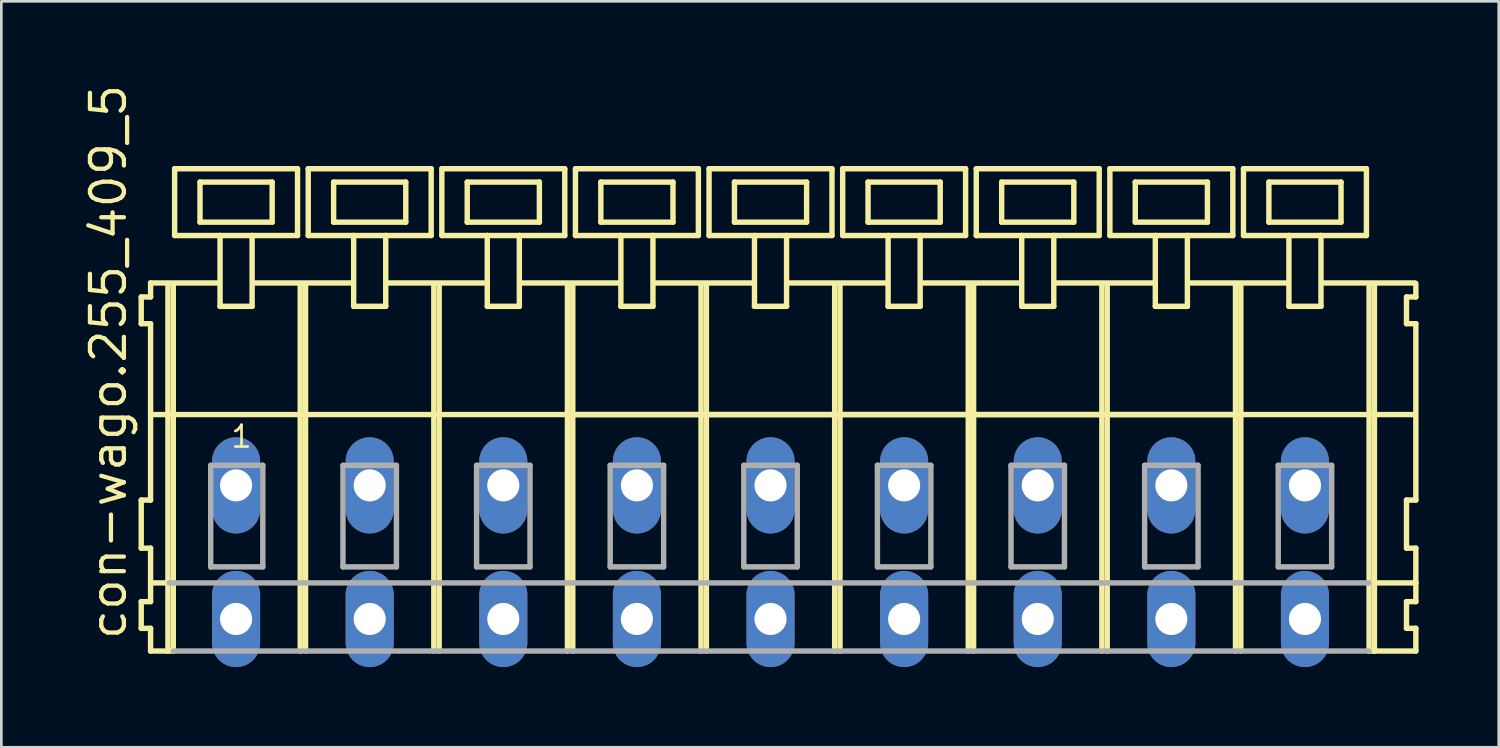
<source format=kicad_pcb>
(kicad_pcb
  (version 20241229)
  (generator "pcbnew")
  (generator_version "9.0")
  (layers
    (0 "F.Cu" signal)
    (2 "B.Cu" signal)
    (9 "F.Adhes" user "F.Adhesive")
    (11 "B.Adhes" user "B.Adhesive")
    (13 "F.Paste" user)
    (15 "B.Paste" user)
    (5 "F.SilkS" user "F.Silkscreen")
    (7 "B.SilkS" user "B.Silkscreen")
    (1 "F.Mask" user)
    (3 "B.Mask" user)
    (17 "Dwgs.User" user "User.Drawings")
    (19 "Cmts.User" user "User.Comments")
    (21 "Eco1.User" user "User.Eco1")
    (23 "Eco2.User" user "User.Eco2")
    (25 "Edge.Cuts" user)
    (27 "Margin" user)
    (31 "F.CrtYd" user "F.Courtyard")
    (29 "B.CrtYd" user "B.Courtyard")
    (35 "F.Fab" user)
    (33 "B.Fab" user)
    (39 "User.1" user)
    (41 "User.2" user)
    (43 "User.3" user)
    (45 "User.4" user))
  (footprint "con-wago.255_409_5"
    (layer "F.Cu")
    (at 23.285 15.114)
    (property "Reference" "con-wago.255_409_5" (at -21.535 5.855 90) (layer "F.SilkS") (effects (font (size 1.27 1.27) (thickness 0.16)) (justify left bottom)))
    (attr through_hole)
    (fp_line (start -21.05 -7.05) (end -21.05 -6.05) (stroke (width 0.203) (type default)) (layer "F.SilkS"))
    (fp_line (start -21.05 -6.05) (end -20.7 -6.05) (stroke (width 0.203) (type default)) (layer "F.SilkS"))
    (fp_line (start -21.05 0.55) (end -21.05 2.35) (stroke (width 0.203) (type default)) (layer "F.SilkS"))
    (fp_line (start -21.05 2.35) (end -20.7 2.35) (stroke (width 0.203) (type default)) (layer "F.SilkS"))
    (fp_line (start -21.05 4.35) (end -21.05 5.35) (stroke (width 0.203) (type default)) (layer "F.SilkS"))
    (fp_line (start -21.05 5.35) (end -20.7 5.35) (stroke (width 0.203) (type default)) (layer "F.SilkS"))
    (fp_line (start -20.7 -7.575) (end -20.7 -7.05) (stroke (width 0.203) (type default)) (layer "F.SilkS"))
    (fp_line (start -20.7 -7.575) (end -18.125 -7.575) (stroke (width 0.203) (type default)) (layer "F.SilkS"))
    (fp_line (start -20.7 -7.05) (end -21.05 -7.05) (stroke (width 0.203) (type default)) (layer "F.SilkS"))
    (fp_line (start -20.7 -6.05) (end -20.7 0.55) (stroke (width 0.203) (type default)) (layer "F.SilkS"))
    (fp_line (start -20.7 0.55) (end -21.05 0.55) (stroke (width 0.203) (type default)) (layer "F.SilkS"))
    (fp_line (start -20.7 2.35) (end -20.7 4.35) (stroke (width 0.203) (type default)) (layer "F.SilkS"))
    (fp_line (start -20.7 3.65) (end -20 3.65) (stroke (width 0.203) (type default)) (layer "F.SilkS"))
    (fp_line (start -20.7 4.35) (end -21.05 4.35) (stroke (width 0.203) (type default)) (layer "F.SilkS"))
    (fp_line (start -20.7 5.35) (end -20.7 6.2) (stroke (width 0.203) (type default)) (layer "F.SilkS"))
    (fp_line (start -20.7 6.2) (end -20.05 6.2) (stroke (width 0.203) (type default)) (layer "F.SilkS"))
    (fp_line (start -20.65 -2.65) (end -15.1 -2.65) (stroke (width 0.203) (type default)) (layer "F.SilkS"))
    (fp_line (start -20.05 -7.55) (end -20.05 6.2) (stroke (width 0.203) (type default)) (layer "F.SilkS"))
    (fp_line (start -20.05 6.2) (end -19.85 6.2) (stroke (width 0.203) (type default)) (layer "F.SilkS"))
    (fp_line (start -19.85 -7.55) (end -19.85 6.2) (stroke (width 0.203) (type default)) (layer "F.SilkS"))
    (fp_line (start -19.8 -11.85) (end -19.8 -9.35) (stroke (width 0.203) (type default)) (layer "F.SilkS"))
    (fp_line (start -19.8 -9.35) (end -18.1 -9.35) (stroke (width 0.203) (type default)) (layer "F.SilkS"))
    (fp_line (start -18.85 -11.35) (end -18.85 -9.85) (stroke (width 0.203) (type default)) (layer "F.SilkS"))
    (fp_line (start -18.85 -9.85) (end -16.15 -9.85) (stroke (width 0.203) (type default)) (layer "F.SilkS"))
    (fp_line (start -18.1 -9.35) (end -18.1 -6.7) (stroke (width 0.203) (type default)) (layer "F.SilkS"))
    (fp_line (start -18.1 -9.35) (end -16.9 -9.35) (stroke (width 0.203) (type default)) (layer "F.SilkS"))
    (fp_line (start -18.1 -6.7) (end -16.9 -6.7) (stroke (width 0.203) (type default)) (layer "F.SilkS"))
    (fp_line (start -16.9 -9.35) (end -15.2 -9.35) (stroke (width 0.203) (type default)) (layer "F.SilkS"))
    (fp_line (start -16.9 -6.7) (end -16.9 -9.35) (stroke (width 0.203) (type default)) (layer "F.SilkS"))
    (fp_line (start -16.825 -7.575) (end -13.125 -7.575) (stroke (width 0.203) (type default)) (layer "F.SilkS"))
    (fp_line (start -16.15 -11.35) (end -18.85 -11.35) (stroke (width 0.203) (type default)) (layer "F.SilkS"))
    (fp_line (start -16.15 -9.85) (end -16.15 -11.35) (stroke (width 0.203) (type default)) (layer "F.SilkS"))
    (fp_line (start -15.2 -11.85) (end -19.8 -11.85) (stroke (width 0.203) (type default)) (layer "F.SilkS"))
    (fp_line (start -15.2 -9.35) (end -15.2 -11.85) (stroke (width 0.203) (type default)) (layer "F.SilkS"))
    (fp_line (start -15.1 -7.55) (end -15.1 -2.65) (stroke (width 0.203) (type default)) (layer "F.SilkS"))
    (fp_line (start -15.1 -2.65) (end -15.1 6.2) (stroke (width 0.203) (type default)) (layer "F.SilkS"))
    (fp_line (start -14.9 -7.55) (end -14.9 -2.65) (stroke (width 0.203) (type default)) (layer "F.SilkS"))
    (fp_line (start -14.9 -2.65) (end -14.9 6.2) (stroke (width 0.203) (type default)) (layer "F.SilkS"))
    (fp_line (start -14.9 -2.65) (end -10.1 -2.65) (stroke (width 0.203) (type default)) (layer "F.SilkS"))
    (fp_line (start -14.8 -11.85) (end -14.8 -9.35) (stroke (width 0.203) (type default)) (layer "F.SilkS"))
    (fp_line (start -14.8 -9.35) (end -13.1 -9.35) (stroke (width 0.203) (type default)) (layer "F.SilkS"))
    (fp_line (start -13.85 -11.35) (end -13.85 -9.85) (stroke (width 0.203) (type default)) (layer "F.SilkS"))
    (fp_line (start -13.85 -9.85) (end -11.15 -9.85) (stroke (width 0.203) (type default)) (layer "F.SilkS"))
    (fp_line (start -13.1 -9.35) (end -13.1 -6.7) (stroke (width 0.203) (type default)) (layer "F.SilkS"))
    (fp_line (start -13.1 -9.35) (end -11.9 -9.35) (stroke (width 0.203) (type default)) (layer "F.SilkS"))
    (fp_line (start -13.1 -6.7) (end -11.9 -6.7) (stroke (width 0.203) (type default)) (layer "F.SilkS"))
    (fp_line (start -11.9 -9.35) (end -10.2 -9.35) (stroke (width 0.203) (type default)) (layer "F.SilkS"))
    (fp_line (start -11.9 -6.7) (end -11.9 -9.35) (stroke (width 0.203) (type default)) (layer "F.SilkS"))
    (fp_line (start -11.875 -7.575) (end -8.125 -7.575) (stroke (width 0.203) (type default)) (layer "F.SilkS"))
    (fp_line (start -11.15 -11.35) (end -13.85 -11.35) (stroke (width 0.203) (type default)) (layer "F.SilkS"))
    (fp_line (start -11.15 -9.85) (end -11.15 -11.35) (stroke (width 0.203) (type default)) (layer "F.SilkS"))
    (fp_line (start -10.2 -11.85) (end -14.8 -11.85) (stroke (width 0.203) (type default)) (layer "F.SilkS"))
    (fp_line (start -10.2 -9.35) (end -10.2 -11.85) (stroke (width 0.203) (type default)) (layer "F.SilkS"))
    (fp_line (start -10.1 -7.55) (end -10.1 -2.65) (stroke (width 0.203) (type default)) (layer "F.SilkS"))
    (fp_line (start -10.1 -2.65) (end -10.1 6.2) (stroke (width 0.203) (type default)) (layer "F.SilkS"))
    (fp_line (start -10.1 -2.65) (end -9.9 -2.65) (stroke (width 0.203) (type default)) (layer "F.SilkS"))
    (fp_line (start -9.9 -7.55) (end -9.9 -2.65) (stroke (width 0.203) (type default)) (layer "F.SilkS"))
    (fp_line (start -9.9 -2.65) (end -9.9 6.2) (stroke (width 0.203) (type default)) (layer "F.SilkS"))
    (fp_line (start -9.9 -2.65) (end -5.1 -2.65) (stroke (width 0.203) (type default)) (layer "F.SilkS"))
    (fp_line (start -9.8 -11.85) (end -9.8 -9.35) (stroke (width 0.203) (type default)) (layer "F.SilkS"))
    (fp_line (start -9.8 -9.35) (end -8.1 -9.35) (stroke (width 0.203) (type default)) (layer "F.SilkS"))
    (fp_line (start -8.85 -11.35) (end -8.85 -9.85) (stroke (width 0.203) (type default)) (layer "F.SilkS"))
    (fp_line (start -8.85 -9.85) (end -6.15 -9.85) (stroke (width 0.203) (type default)) (layer "F.SilkS"))
    (fp_line (start -8.1 -9.35) (end -8.1 -6.7) (stroke (width 0.203) (type default)) (layer "F.SilkS"))
    (fp_line (start -8.1 -9.35) (end -6.9 -9.35) (stroke (width 0.203) (type default)) (layer "F.SilkS"))
    (fp_line (start -8.1 -6.7) (end -6.9 -6.7) (stroke (width 0.203) (type default)) (layer "F.SilkS"))
    (fp_line (start -6.9 -9.35) (end -5.2 -9.35) (stroke (width 0.203) (type default)) (layer "F.SilkS"))
    (fp_line (start -6.9 -6.7) (end -6.9 -9.35) (stroke (width 0.203) (type default)) (layer "F.SilkS"))
    (fp_line (start -6.875 -7.575) (end -3.125 -7.575) (stroke (width 0.203) (type default)) (layer "F.SilkS"))
    (fp_line (start -6.15 -11.35) (end -8.85 -11.35) (stroke (width 0.203) (type default)) (layer "F.SilkS"))
    (fp_line (start -6.15 -9.85) (end -6.15 -11.35) (stroke (width 0.203) (type default)) (layer "F.SilkS"))
    (fp_line (start -5.2 -11.85) (end -9.8 -11.85) (stroke (width 0.203) (type default)) (layer "F.SilkS"))
    (fp_line (start -5.2 -9.35) (end -5.2 -11.85) (stroke (width 0.203) (type default)) (layer "F.SilkS"))
    (fp_line (start -5.1 -7.55) (end -5.1 -2.65) (stroke (width 0.203) (type default)) (layer "F.SilkS"))
    (fp_line (start -5.1 -2.65) (end -5.1 6.2) (stroke (width 0.203) (type default)) (layer "F.SilkS"))
    (fp_line (start -5.1 -2.65) (end -4.9 -2.65) (stroke (width 0.203) (type default)) (layer "F.SilkS"))
    (fp_line (start -5.1 -2.65) (end 24.9 -2.65) (stroke (width 0.203) (type default)) (layer "F.SilkS"))
    (fp_line (start -4.9 -7.55) (end -4.9 -2.65) (stroke (width 0.203) (type default)) (layer "F.SilkS"))
    (fp_line (start -4.9 -2.65) (end -4.9 6.2) (stroke (width 0.203) (type default)) (layer "F.SilkS"))
    (fp_line (start -4.9 -2.65) (end -0.1 -2.65) (stroke (width 0.203) (type default)) (layer "F.SilkS"))
    (fp_line (start -4.8 -11.85) (end -4.8 -9.35) (stroke (width 0.203) (type default)) (layer "F.SilkS"))
    (fp_line (start -4.8 -9.35) (end -3.1 -9.35) (stroke (width 0.203) (type default)) (layer "F.SilkS"))
    (fp_line (start -3.85 -11.35) (end -3.85 -9.85) (stroke (width 0.203) (type default)) (layer "F.SilkS"))
    (fp_line (start -3.85 -9.85) (end -1.15 -9.85) (stroke (width 0.203) (type default)) (layer "F.SilkS"))
    (fp_line (start -3.1 -9.35) (end -3.1 -6.7) (stroke (width 0.203) (type default)) (layer "F.SilkS"))
    (fp_line (start -3.1 -9.35) (end -1.9 -9.35) (stroke (width 0.203) (type default)) (layer "F.SilkS"))
    (fp_line (start -3.1 -6.7) (end -1.9 -6.7) (stroke (width 0.203) (type default)) (layer "F.SilkS"))
    (fp_line (start -1.9 -9.35) (end -0.2 -9.35) (stroke (width 0.203) (type default)) (layer "F.SilkS"))
    (fp_line (start -1.9 -6.7) (end -1.9 -9.35) (stroke (width 0.203) (type default)) (layer "F.SilkS"))
    (fp_line (start -1.875 -7.575) (end 1.875 -7.575) (stroke (width 0.203) (type default)) (layer "F.SilkS"))
    (fp_line (start -1.15 -11.35) (end -3.85 -11.35) (stroke (width 0.203) (type default)) (layer "F.SilkS"))
    (fp_line (start -1.15 -9.85) (end -1.15 -11.35) (stroke (width 0.203) (type default)) (layer "F.SilkS"))
    (fp_line (start -0.2 -11.85) (end -4.8 -11.85) (stroke (width 0.203) (type default)) (layer "F.SilkS"))
    (fp_line (start -0.2 -9.35) (end -0.2 -11.85) (stroke (width 0.203) (type default)) (layer "F.SilkS"))
    (fp_line (start -0.1 -7.55) (end -0.1 -2.65) (stroke (width 0.203) (type default)) (layer "F.SilkS"))
    (fp_line (start -0.1 -2.65) (end -0.1 6.2) (stroke (width 0.203) (type default)) (layer "F.SilkS"))
    (fp_line (start -0.1 -2.65) (end 0.1 -2.65) (stroke (width 0.203) (type default)) (layer "F.SilkS"))
    (fp_line (start 0.1 -7.55) (end 0.1 -2.65) (stroke (width 0.203) (type default)) (layer "F.SilkS"))
    (fp_line (start 0.1 -2.65) (end 0.1 6.2) (stroke (width 0.203) (type default)) (layer "F.SilkS"))
    (fp_line (start 0.1 -2.65) (end 4.9 -2.65) (stroke (width 0.203) (type default)) (layer "F.SilkS"))
    (fp_line (start 0.2 -11.85) (end 0.2 -9.35) (stroke (width 0.203) (type default)) (layer "F.SilkS"))
    (fp_line (start 0.2 -9.35) (end 1.9 -9.35) (stroke (width 0.203) (type default)) (layer "F.SilkS"))
    (fp_line (start 1.15 -11.35) (end 1.15 -9.85) (stroke (width 0.203) (type default)) (layer "F.SilkS"))
    (fp_line (start 1.15 -9.85) (end 3.85 -9.85) (stroke (width 0.203) (type default)) (layer "F.SilkS"))
    (fp_line (start 1.9 -9.35) (end 1.9 -6.7) (stroke (width 0.203) (type default)) (layer "F.SilkS"))
    (fp_line (start 1.9 -9.35) (end 3.1 -9.35) (stroke (width 0.203) (type default)) (layer "F.SilkS"))
    (fp_line (start 1.9 -6.7) (end 3.1 -6.7) (stroke (width 0.203) (type default)) (layer "F.SilkS"))
    (fp_line (start 3.1 -9.35) (end 4.8 -9.35) (stroke (width 0.203) (type default)) (layer "F.SilkS"))
    (fp_line (start 3.1 -6.7) (end 3.1 -9.35) (stroke (width 0.203) (type default)) (layer "F.SilkS"))
    (fp_line (start 3.125 -7.575) (end 6.875 -7.575) (stroke (width 0.203) (type default)) (layer "F.SilkS"))
    (fp_line (start 3.85 -11.35) (end 1.15 -11.35) (stroke (width 0.203) (type default)) (layer "F.SilkS"))
    (fp_line (start 3.85 -9.85) (end 3.85 -11.35) (stroke (width 0.203) (type default)) (layer "F.SilkS"))
    (fp_line (start 4.8 -11.85) (end 0.2 -11.85) (stroke (width 0.203) (type default)) (layer "F.SilkS"))
    (fp_line (start 4.8 -9.35) (end 4.8 -11.85) (stroke (width 0.203) (type default)) (layer "F.SilkS"))
    (fp_line (start 4.9 -7.55) (end 4.9 -2.65) (stroke (width 0.203) (type default)) (layer "F.SilkS"))
    (fp_line (start 4.9 -2.65) (end 4.9 6.2) (stroke (width 0.203) (type default)) (layer "F.SilkS"))
    (fp_line (start 4.9 -2.65) (end 5.1 -2.65) (stroke (width 0.203) (type default)) (layer "F.SilkS"))
    (fp_line (start 5.1 -7.55) (end 5.1 -2.65) (stroke (width 0.203) (type default)) (layer "F.SilkS"))
    (fp_line (start 5.1 -2.65) (end 5.1 6.2) (stroke (width 0.203) (type default)) (layer "F.SilkS"))
    (fp_line (start 5.1 -2.65) (end 9.9 -2.65) (stroke (width 0.203) (type default)) (layer "F.SilkS"))
    (fp_line (start 5.2 -11.85) (end 5.2 -9.35) (stroke (width 0.203) (type default)) (layer "F.SilkS"))
    (fp_line (start 5.2 -9.35) (end 6.9 -9.35) (stroke (width 0.203) (type default)) (layer "F.SilkS"))
    (fp_line (start 6.15 -11.35) (end 6.15 -9.85) (stroke (width 0.203) (type default)) (layer "F.SilkS"))
    (fp_line (start 6.15 -9.85) (end 8.85 -9.85) (stroke (width 0.203) (type default)) (layer "F.SilkS"))
    (fp_line (start 6.9 -9.35) (end 6.9 -6.7) (stroke (width 0.203) (type default)) (layer "F.SilkS"))
    (fp_line (start 6.9 -9.35) (end 8.1 -9.35) (stroke (width 0.203) (type default)) (layer "F.SilkS"))
    (fp_line (start 6.9 -6.7) (end 8.1 -6.7) (stroke (width 0.203) (type default)) (layer "F.SilkS"))
    (fp_line (start 8.1 -9.35) (end 9.8 -9.35) (stroke (width 0.203) (type default)) (layer "F.SilkS"))
    (fp_line (start 8.1 -6.7) (end 8.1 -9.35) (stroke (width 0.203) (type default)) (layer "F.SilkS"))
    (fp_line (start 8.125 -7.575) (end 11.875 -7.575) (stroke (width 0.203) (type default)) (layer "F.SilkS"))
    (fp_line (start 8.85 -11.35) (end 6.15 -11.35) (stroke (width 0.203) (type default)) (layer "F.SilkS"))
    (fp_line (start 8.85 -9.85) (end 8.85 -11.35) (stroke (width 0.203) (type default)) (layer "F.SilkS"))
    (fp_line (start 9.8 -11.85) (end 5.2 -11.85) (stroke (width 0.203) (type default)) (layer "F.SilkS"))
    (fp_line (start 9.8 -9.35) (end 9.8 -11.85) (stroke (width 0.203) (type default)) (layer "F.SilkS"))
    (fp_line (start 9.9 -7.55) (end 9.9 -2.65) (stroke (width 0.203) (type default)) (layer "F.SilkS"))
    (fp_line (start 9.9 -2.65) (end 9.9 6.2) (stroke (width 0.203) (type default)) (layer "F.SilkS"))
    (fp_line (start 9.9 -2.65) (end 10.1 -2.65) (stroke (width 0.203) (type default)) (layer "F.SilkS"))
    (fp_line (start 10.1 -7.55) (end 10.1 -2.65) (stroke (width 0.203) (type default)) (layer "F.SilkS"))
    (fp_line (start 10.1 -2.65) (end 10.1 6.2) (stroke (width 0.203) (type default)) (layer "F.SilkS"))
    (fp_line (start 10.1 -2.65) (end 14.9 -2.65) (stroke (width 0.203) (type default)) (layer "F.SilkS"))
    (fp_line (start 10.2 -11.85) (end 10.2 -9.35) (stroke (width 0.203) (type default)) (layer "F.SilkS"))
    (fp_line (start 10.2 -9.35) (end 11.9 -9.35) (stroke (width 0.203) (type default)) (layer "F.SilkS"))
    (fp_line (start 11.15 -11.35) (end 11.15 -9.85) (stroke (width 0.203) (type default)) (layer "F.SilkS"))
    (fp_line (start 11.15 -9.85) (end 13.85 -9.85) (stroke (width 0.203) (type default)) (layer "F.SilkS"))
    (fp_line (start 11.9 -9.35) (end 11.9 -6.7) (stroke (width 0.203) (type default)) (layer "F.SilkS"))
    (fp_line (start 11.9 -9.35) (end 13.1 -9.35) (stroke (width 0.203) (type default)) (layer "F.SilkS"))
    (fp_line (start 11.9 -6.7) (end 13.1 -6.7) (stroke (width 0.203) (type default)) (layer "F.SilkS"))
    (fp_line (start 13.1 -9.35) (end 14.8 -9.35) (stroke (width 0.203) (type default)) (layer "F.SilkS"))
    (fp_line (start 13.1 -6.7) (end 13.1 -9.35) (stroke (width 0.203) (type default)) (layer "F.SilkS"))
    (fp_line (start 13.125 -7.575) (end 16.875 -7.575) (stroke (width 0.203) (type default)) (layer "F.SilkS"))
    (fp_line (start 13.85 -11.35) (end 11.15 -11.35) (stroke (width 0.203) (type default)) (layer "F.SilkS"))
    (fp_line (start 13.85 -9.85) (end 13.85 -11.35) (stroke (width 0.203) (type default)) (layer "F.SilkS"))
    (fp_line (start 14.8 -11.85) (end 10.2 -11.85) (stroke (width 0.203) (type default)) (layer "F.SilkS"))
    (fp_line (start 14.8 -9.35) (end 14.8 -11.85) (stroke (width 0.203) (type default)) (layer "F.SilkS"))
    (fp_line (start 14.9 -7.55) (end 14.9 -2.65) (stroke (width 0.203) (type default)) (layer "F.SilkS"))
    (fp_line (start 14.9 -2.65) (end 14.9 6.2) (stroke (width 0.203) (type default)) (layer "F.SilkS"))
    (fp_line (start 14.9 -2.65) (end 15.1 -2.65) (stroke (width 0.203) (type default)) (layer "F.SilkS"))
    (fp_line (start 15.1 -7.55) (end 15.1 -2.65) (stroke (width 0.203) (type default)) (layer "F.SilkS"))
    (fp_line (start 15.1 -2.65) (end 15.1 6.2) (stroke (width 0.203) (type default)) (layer "F.SilkS"))
    (fp_line (start 15.1 -2.65) (end 19.9 -2.65) (stroke (width 0.203) (type default)) (layer "F.SilkS"))
    (fp_line (start 15.2 -11.85) (end 15.2 -9.35) (stroke (width 0.203) (type default)) (layer "F.SilkS"))
    (fp_line (start 15.2 -9.35) (end 16.9 -9.35) (stroke (width 0.203) (type default)) (layer "F.SilkS"))
    (fp_line (start 16.15 -11.35) (end 16.15 -9.85) (stroke (width 0.203) (type default)) (layer "F.SilkS"))
    (fp_line (start 16.15 -9.85) (end 18.85 -9.85) (stroke (width 0.203) (type default)) (layer "F.SilkS"))
    (fp_line (start 16.9 -9.35) (end 16.9 -6.7) (stroke (width 0.203) (type default)) (layer "F.SilkS"))
    (fp_line (start 16.9 -9.35) (end 18.1 -9.35) (stroke (width 0.203) (type default)) (layer "F.SilkS"))
    (fp_line (start 16.9 -6.7) (end 18.1 -6.7) (stroke (width 0.203) (type default)) (layer "F.SilkS"))
    (fp_line (start 18.1 -9.35) (end 19.8 -9.35) (stroke (width 0.203) (type default)) (layer "F.SilkS"))
    (fp_line (start 18.1 -6.7) (end 18.1 -9.35) (stroke (width 0.203) (type default)) (layer "F.SilkS"))
    (fp_line (start 18.125 -7.575) (end 21.875 -7.575) (stroke (width 0.203) (type default)) (layer "F.SilkS"))
    (fp_line (start 18.85 -11.35) (end 16.15 -11.35) (stroke (width 0.203) (type default)) (layer "F.SilkS"))
    (fp_line (start 18.85 -9.85) (end 18.85 -11.35) (stroke (width 0.203) (type default)) (layer "F.SilkS"))
    (fp_line (start 19.8 -11.85) (end 15.2 -11.85) (stroke (width 0.203) (type default)) (layer "F.SilkS"))
    (fp_line (start 19.8 -9.35) (end 19.8 -11.85) (stroke (width 0.203) (type default)) (layer "F.SilkS"))
    (fp_line (start 19.9 -7.55) (end 19.9 -2.65) (stroke (width 0.203) (type default)) (layer "F.SilkS"))
    (fp_line (start 19.9 -2.65) (end 19.9 6.2) (stroke (width 0.203) (type default)) (layer "F.SilkS"))
    (fp_line (start 19.9 -2.65) (end 20.1 -2.65) (stroke (width 0.203) (type default)) (layer "F.SilkS"))
    (fp_line (start 20.1 -7.55) (end 20.1 -2.65) (stroke (width 0.203) (type default)) (layer "F.SilkS"))
    (fp_line (start 20.1 -2.65) (end 20.1 6.2) (stroke (width 0.203) (type default)) (layer "F.SilkS"))
    (fp_line (start 20.2 -11.85) (end 20.2 -9.35) (stroke (width 0.203) (type default)) (layer "F.SilkS"))
    (fp_line (start 20.2 -9.35) (end 21.9 -9.35) (stroke (width 0.203) (type default)) (layer "F.SilkS"))
    (fp_line (start 21.15 -11.35) (end 21.15 -9.85) (stroke (width 0.203) (type default)) (layer "F.SilkS"))
    (fp_line (start 21.15 -9.85) (end 23.85 -9.85) (stroke (width 0.203) (type default)) (layer "F.SilkS"))
    (fp_line (start 21.9 -9.35) (end 21.9 -6.7) (stroke (width 0.203) (type default)) (layer "F.SilkS"))
    (fp_line (start 21.9 -9.35) (end 23.1 -9.35) (stroke (width 0.203) (type default)) (layer "F.SilkS"))
    (fp_line (start 21.9 -6.7) (end 23.1 -6.7) (stroke (width 0.203) (type default)) (layer "F.SilkS"))
    (fp_line (start 23.1 -9.35) (end 24.8 -9.35) (stroke (width 0.203) (type default)) (layer "F.SilkS"))
    (fp_line (start 23.1 -6.7) (end 23.1 -9.35) (stroke (width 0.203) (type default)) (layer "F.SilkS"))
    (fp_line (start 23.125 -7.575) (end 26.625 -7.575) (stroke (width 0.203) (type default)) (layer "F.SilkS"))
    (fp_line (start 23.85 -11.35) (end 21.15 -11.35) (stroke (width 0.203) (type default)) (layer "F.SilkS"))
    (fp_line (start 23.85 -9.85) (end 23.85 -11.35) (stroke (width 0.203) (type default)) (layer "F.SilkS"))
    (fp_line (start 24.8 -11.85) (end 20.2 -11.85) (stroke (width 0.203) (type default)) (layer "F.SilkS"))
    (fp_line (start 24.8 -9.35) (end 24.8 -11.85) (stroke (width 0.203) (type default)) (layer "F.SilkS"))
    (fp_line (start 24.9 -7.55) (end 24.9 -2.65) (stroke (width 0.203) (type default)) (layer "F.SilkS"))
    (fp_line (start 24.9 -2.65) (end 24.9 6.2) (stroke (width 0.203) (type default)) (layer "F.SilkS"))
    (fp_line (start 24.9 -2.65) (end 25.1 -2.65) (stroke (width 0.203) (type default)) (layer "F.SilkS"))
    (fp_line (start 24.9 6.2) (end 25.1 6.2) (stroke (width 0.203) (type default)) (layer "F.SilkS"))
    (fp_line (start 24.95 3.65) (end 26.65 3.65) (stroke (width 0.203) (type default)) (layer "F.SilkS"))
    (fp_line (start 25.1 -7.55) (end 25.1 -2.65) (stroke (width 0.203) (type default)) (layer "F.SilkS"))
    (fp_line (start 25.1 -2.65) (end 25.1 6.2) (stroke (width 0.203) (type default)) (layer "F.SilkS"))
    (fp_line (start 25.1 -2.65) (end 26.6 -2.65) (stroke (width 0.203) (type default)) (layer "F.SilkS"))
    (fp_line (start 25.1 6.2) (end 26.65 6.2) (stroke (width 0.203) (type default)) (layer "F.SilkS"))
    (fp_line (start 26.3 -7.05) (end 26.3 -6.05) (stroke (width 0.203) (type default)) (layer "F.SilkS"))
    (fp_line (start 26.3 -6.05) (end 26.65 -6.05) (stroke (width 0.203) (type default)) (layer "F.SilkS"))
    (fp_line (start 26.3 0.55) (end 26.3 2.35) (stroke (width 0.203) (type default)) (layer "F.SilkS"))
    (fp_line (start 26.3 2.35) (end 26.65 2.35) (stroke (width 0.203) (type default)) (layer "F.SilkS"))
    (fp_line (start 26.3 4.35) (end 26.3 5.35) (stroke (width 0.203) (type default)) (layer "F.SilkS"))
    (fp_line (start 26.3 5.35) (end 26.65 5.35) (stroke (width 0.203) (type default)) (layer "F.SilkS"))
    (fp_line (start 26.65 -7.05) (end 26.3 -7.05) (stroke (width 0.203) (type default)) (layer "F.SilkS"))
    (fp_line (start 26.65 -7.05) (end 26.65 -7.55) (stroke (width 0.203) (type default)) (layer "F.SilkS"))
    (fp_line (start 26.65 0.55) (end 26.3 0.55) (stroke (width 0.203) (type default)) (layer "F.SilkS"))
    (fp_line (start 26.65 0.55) (end 26.65 -6.05) (stroke (width 0.203) (type default)) (layer "F.SilkS"))
    (fp_line (start 26.65 3.65) (end 26.65 2.35) (stroke (width 0.203) (type default)) (layer "F.SilkS"))
    (fp_line (start 26.65 4.35) (end 26.3 4.35) (stroke (width 0.203) (type default)) (layer "F.SilkS"))
    (fp_line (start 26.65 4.35) (end 26.65 3.65) (stroke (width 0.203) (type default)) (layer "F.SilkS"))
    (fp_line (start 26.65 6.2) (end 26.65 5.35) (stroke (width 0.203) (type default)) (layer "F.SilkS"))
    (fp_line (start -20 3.65) (end 24.9 3.65) (stroke (width 0.203) (type default)) (layer "F.Fab"))
    (fp_line (start -19.85 6.2) (end 24.9 6.2) (stroke (width 0.203) (type default)) (layer "F.Fab"))
    (fp_line (start -18.45 -0.75) (end -18.45 3.05) (stroke (width 0.203) (type default)) (layer "F.Fab"))
    (fp_line (start -18.45 3.05) (end -16.5 3.05) (stroke (width 0.203) (type default)) (layer "F.Fab"))
    (fp_line (start -16.5 -0.75) (end -18.45 -0.75) (stroke (width 0.203) (type default)) (layer "F.Fab"))
    (fp_line (start -16.5 3.05) (end -16.5 -0.75) (stroke (width 0.203) (type default)) (layer "F.Fab"))
    (fp_line (start -13.5 -0.75) (end -13.5 3.05) (stroke (width 0.203) (type default)) (layer "F.Fab"))
    (fp_line (start -13.5 3.05) (end -11.5 3.05) (stroke (width 0.203) (type default)) (layer "F.Fab"))
    (fp_line (start -11.5 -0.75) (end -13.5 -0.75) (stroke (width 0.203) (type default)) (layer "F.Fab"))
    (fp_line (start -11.5 3.05) (end -11.5 -0.75) (stroke (width 0.203) (type default)) (layer "F.Fab"))
    (fp_line (start -8.5 -0.75) (end -8.5 3.05) (stroke (width 0.203) (type default)) (layer "F.Fab"))
    (fp_line (start -8.5 3.05) (end -6.5 3.05) (stroke (width 0.203) (type default)) (layer "F.Fab"))
    (fp_line (start -6.5 -0.75) (end -8.5 -0.75) (stroke (width 0.203) (type default)) (layer "F.Fab"))
    (fp_line (start -6.5 3.05) (end -6.5 -0.75) (stroke (width 0.203) (type default)) (layer "F.Fab"))
    (fp_line (start -3.5 -0.75) (end -3.5 3.05) (stroke (width 0.203) (type default)) (layer "F.Fab"))
    (fp_line (start -3.5 3.05) (end -1.5 3.05) (stroke (width 0.203) (type default)) (layer "F.Fab"))
    (fp_line (start -1.5 -0.75) (end -3.5 -0.75) (stroke (width 0.203) (type default)) (layer "F.Fab"))
    (fp_line (start -1.5 3.05) (end -1.5 -0.75) (stroke (width 0.203) (type default)) (layer "F.Fab"))
    (fp_line (start 1.5 -0.75) (end 1.5 3.05) (stroke (width 0.203) (type default)) (layer "F.Fab"))
    (fp_line (start 1.5 3.05) (end 3.5 3.05) (stroke (width 0.203) (type default)) (layer "F.Fab"))
    (fp_line (start 3.5 -0.75) (end 1.5 -0.75) (stroke (width 0.203) (type default)) (layer "F.Fab"))
    (fp_line (start 3.5 3.05) (end 3.5 -0.75) (stroke (width 0.203) (type default)) (layer "F.Fab"))
    (fp_line (start 6.5 -0.75) (end 6.5 3.05) (stroke (width 0.203) (type default)) (layer "F.Fab"))
    (fp_line (start 6.5 3.05) (end 8.5 3.05) (stroke (width 0.203) (type default)) (layer "F.Fab"))
    (fp_line (start 8.5 -0.75) (end 6.5 -0.75) (stroke (width 0.203) (type default)) (layer "F.Fab"))
    (fp_line (start 8.5 3.05) (end 8.5 -0.75) (stroke (width 0.203) (type default)) (layer "F.Fab"))
    (fp_line (start 11.5 -0.75) (end 11.5 3.05) (stroke (width 0.203) (type default)) (layer "F.Fab"))
    (fp_line (start 11.5 3.05) (end 13.5 3.05) (stroke (width 0.203) (type default)) (layer "F.Fab"))
    (fp_line (start 13.5 -0.75) (end 11.5 -0.75) (stroke (width 0.203) (type default)) (layer "F.Fab"))
    (fp_line (start 13.5 3.05) (end 13.5 -0.75) (stroke (width 0.203) (type default)) (layer "F.Fab"))
    (fp_line (start 16.5 -0.75) (end 16.5 3.05) (stroke (width 0.203) (type default)) (layer "F.Fab"))
    (fp_line (start 16.5 3.05) (end 18.5 3.05) (stroke (width 0.203) (type default)) (layer "F.Fab"))
    (fp_line (start 18.5 -0.75) (end 16.5 -0.75) (stroke (width 0.203) (type default)) (layer "F.Fab"))
    (fp_line (start 18.5 3.05) (end 18.5 -0.75) (stroke (width 0.203) (type default)) (layer "F.Fab"))
    (fp_line (start 21.5 -0.75) (end 21.5 3.05) (stroke (width 0.203) (type default)) (layer "F.Fab"))
    (fp_line (start 21.5 3.05) (end 23.5 3.05) (stroke (width 0.203) (type default)) (layer "F.Fab"))
    (fp_line (start 23.5 -0.75) (end 21.5 -0.75) (stroke (width 0.203) (type default)) (layer "F.Fab"))
    (fp_line (start 23.5 3.05) (end 23.5 -0.75) (stroke (width 0.203) (type default)) (layer "F.Fab"))
    (fp_text user "1" (at -17.75 -1.35 0) (layer "F.SilkS") (effects (font (size 0.813 0.813) (thickness 0.1)) (justify left bottom)))
    (pad "A1" thru_hole oval (at -17.5 0 90) (size 3.6 1.8) (drill 1.2) (layers "*.Cu" "*.Mask"))
    (pad "A2" thru_hole oval (at -12.5 0 90) (size 3.6 1.8) (drill 1.2) (layers "*.Cu" "*.Mask"))
    (pad "A3" thru_hole oval (at -7.5 0 90) (size 3.6 1.8) (drill 1.2) (layers "*.Cu" "*.Mask"))
    (pad "A4" thru_hole oval (at -2.5 0 90) (size 3.6 1.8) (drill 1.2) (layers "*.Cu" "*.Mask"))
    (pad "A5" thru_hole oval (at 2.5 0 90) (size 3.6 1.8) (drill 1.2) (layers "*.Cu" "*.Mask"))
    (pad "A6" thru_hole oval (at 7.5 0 90) (size 3.6 1.8) (drill 1.2) (layers "*.Cu" "*.Mask"))
    (pad "A7" thru_hole oval (at 12.5 0 90) (size 3.6 1.8) (drill 1.2) (layers "*.Cu" "*.Mask"))
    (pad "A8" thru_hole oval (at 17.5 0 90) (size 3.6 1.8) (drill 1.2) (layers "*.Cu" "*.Mask"))
    (pad "A9" thru_hole oval (at 22.5 0 90) (size 3.6 1.8) (drill 1.2) (layers "*.Cu" "*.Mask"))
    (pad "B1" thru_hole oval (at -17.5 5 90) (size 3.6 1.8) (drill 1.2) (layers "*.Cu" "*.Mask"))
    (pad "B2" thru_hole oval (at -12.5 5 90) (size 3.6 1.8) (drill 1.2) (layers "*.Cu" "*.Mask"))
    (pad "B3" thru_hole oval (at -7.5 5 90) (size 3.6 1.8) (drill 1.2) (layers "*.Cu" "*.Mask"))
    (pad "B4" thru_hole oval (at -2.5 5 90) (size 3.6 1.8) (drill 1.2) (layers "*.Cu" "*.Mask"))
    (pad "B5" thru_hole oval (at 2.5 5 90) (size 3.6 1.8) (drill 1.2) (layers "*.Cu" "*.Mask"))
    (pad "B6" thru_hole oval (at 7.5 5 90) (size 3.6 1.8) (drill 1.2) (layers "*.Cu" "*.Mask"))
    (pad "B7" thru_hole oval (at 12.5 5 90) (size 3.6 1.8) (drill 1.2) (layers "*.Cu" "*.Mask"))
    (pad "B8" thru_hole oval (at 17.5 5 90) (size 3.6 1.8) (drill 1.2) (layers "*.Cu" "*.Mask"))
    (pad "B9" thru_hole oval (at 22.5 5 90) (size 3.6 1.8) (drill 1.2) (layers "*.Cu" "*.Mask")))
  (gr_rect
    (start -3 -3)
    (end 53.037 24.914)
    (stroke (width 0.1) (type default))
    (fill no)
    (layer "Edge.Cuts")))
</source>
